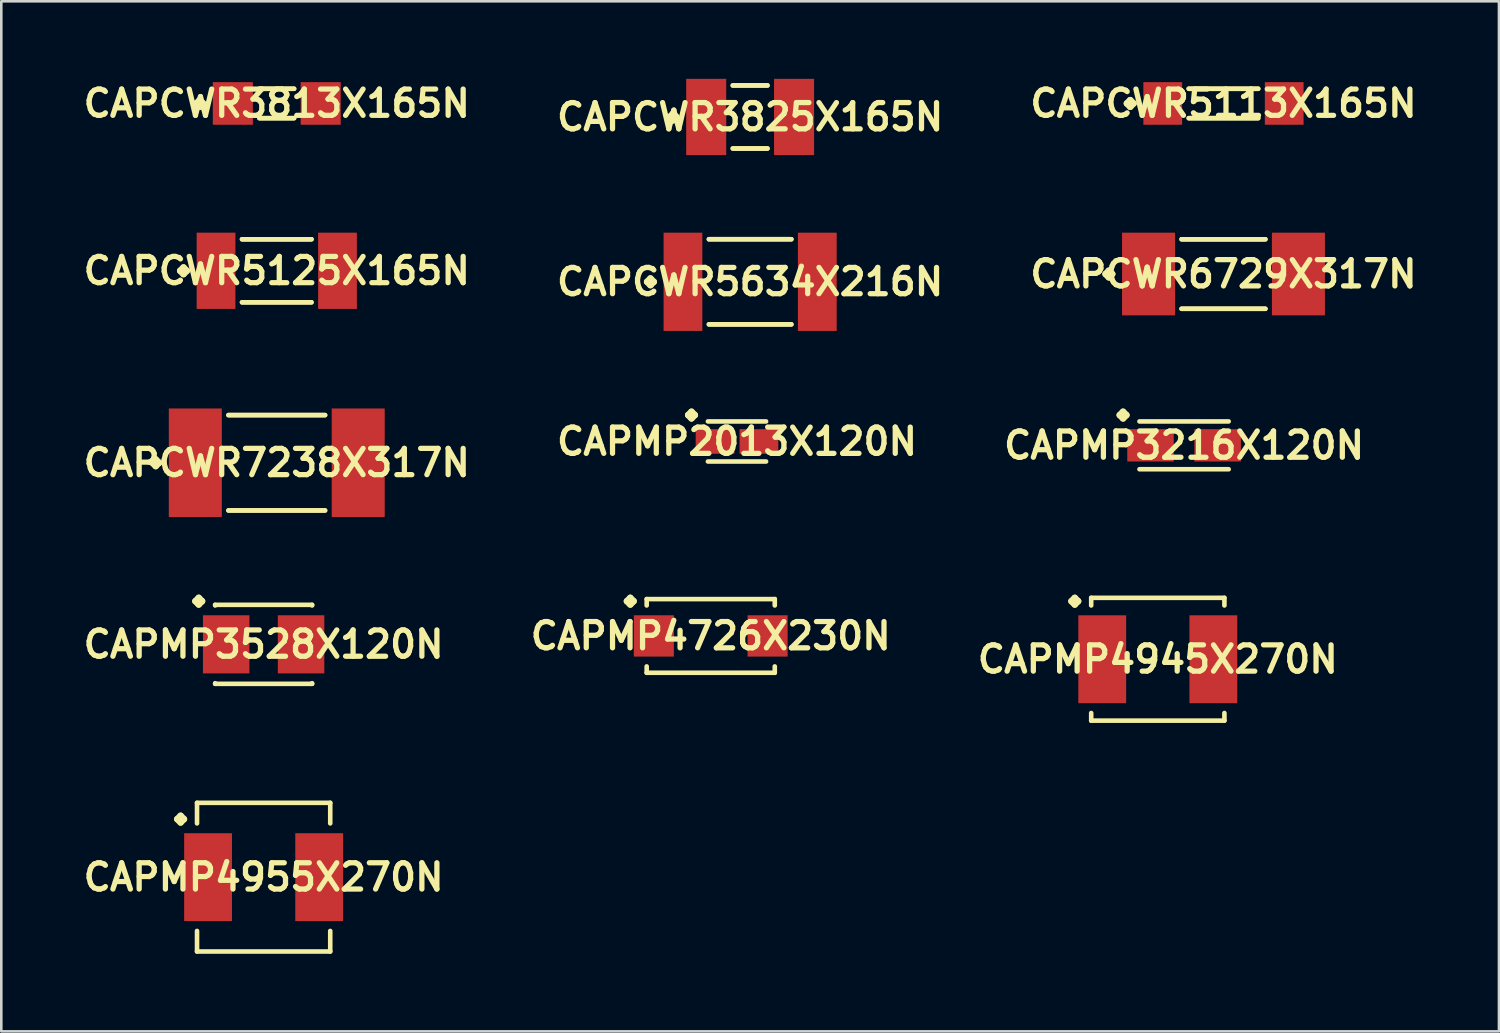
<source format=kicad_pcb>
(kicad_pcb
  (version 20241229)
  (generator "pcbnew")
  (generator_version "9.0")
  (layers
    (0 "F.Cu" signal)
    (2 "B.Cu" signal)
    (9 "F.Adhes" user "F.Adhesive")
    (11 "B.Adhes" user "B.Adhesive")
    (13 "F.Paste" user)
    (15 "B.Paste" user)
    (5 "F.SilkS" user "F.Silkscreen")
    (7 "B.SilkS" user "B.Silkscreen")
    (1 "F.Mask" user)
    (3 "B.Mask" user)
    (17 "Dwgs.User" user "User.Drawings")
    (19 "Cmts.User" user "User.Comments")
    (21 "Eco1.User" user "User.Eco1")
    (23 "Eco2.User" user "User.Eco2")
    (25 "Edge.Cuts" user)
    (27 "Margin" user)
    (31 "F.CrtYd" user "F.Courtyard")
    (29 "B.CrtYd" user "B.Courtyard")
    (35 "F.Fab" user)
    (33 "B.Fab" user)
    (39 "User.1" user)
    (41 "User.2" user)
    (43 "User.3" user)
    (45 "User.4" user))
  (footprint "CAPMP4955X270N"
    (layer "F.Cu")
    (at 7.146 30.875)
    (property "Reference" "CAPMP4955X270N" (at 0 0 0) (layer "F.SilkS") (effects (font (size 1.016 1.016) (thickness 0.203))))
    (attr smd)
    (fp_line (start -3.338 -2.245) (end -3.211 -2.372) (stroke (width 0.254) (type solid)) (layer "F.SilkS"))
    (fp_line (start -3.211 -2.372) (end -3.084 -2.245) (stroke (width 0.254) (type solid)) (layer "F.SilkS"))
    (fp_line (start -3.211 -2.118) (end -3.338 -2.245) (stroke (width 0.254) (type solid)) (layer "F.SilkS"))
    (fp_line (start -3.084 -2.245) (end -3.211 -2.118) (stroke (width 0.254) (type solid)) (layer "F.SilkS"))
    (fp_line (start -2.576 -2.875) (end 2.576 -2.875) (stroke (width 0.178) (type solid)) (layer "F.SilkS"))
    (fp_line (start -2.576 -2.08) (end -2.576 -2.875) (stroke (width 0.178) (type solid)) (layer "F.SilkS"))
    (fp_line (start -2.576 2.08) (end -2.576 2.875) (stroke (width 0.178) (type solid)) (layer "F.SilkS"))
    (fp_line (start -2.576 2.875) (end 2.576 2.875) (stroke (width 0.178) (type solid)) (layer "F.SilkS"))
    (fp_line (start 2.576 -2.875) (end 2.576 -2.08) (stroke (width 0.178) (type solid)) (layer "F.SilkS"))
    (fp_line (start 2.576 2.875) (end 2.576 2.08) (stroke (width 0.178) (type solid)) (layer "F.SilkS"))
    (pad "1" smd rect (at -2.149 0) (size 1.849 3.399) (layers "F.Cu" "F.Mask" "F.Paste"))
    (pad "2" smd rect (at 2.149 0) (size 1.849 3.399) (layers "F.Cu" "F.Mask" "F.Paste")))
  (footprint "CAPMP2013X120N"
    (layer "F.Cu")
    (at 25.454 14.024)
    (property "Reference" "CAPMP2013X120N" (at 0 0 0) (layer "F.SilkS") (effects (font (size 1.016 1.016) (thickness 0.203))))
    (attr smd)
    (fp_line (start -1.887 -1.021) (end -1.76 -1.148) (stroke (width 0.254) (type solid)) (layer "F.SilkS"))
    (fp_line (start -1.76 -1.148) (end -1.633 -1.021) (stroke (width 0.254) (type solid)) (layer "F.SilkS"))
    (fp_line (start -1.76 -0.894) (end -1.887 -1.021) (stroke (width 0.254) (type solid)) (layer "F.SilkS"))
    (fp_line (start -1.633 -1.021) (end -1.76 -0.894) (stroke (width 0.254) (type solid)) (layer "F.SilkS"))
    (fp_line (start -1.125 -0.775) (end 1.125 -0.775) (stroke (width 0.178) (type solid)) (layer "F.SilkS"))
    (fp_line (start -1.125 0.775) (end 1.125 0.775) (stroke (width 0.178) (type solid)) (layer "F.SilkS"))
    (pad "1" smd rect (at -0.848 0) (size 1.499 0.95) (layers "F.Cu" "F.Mask" "F.Paste"))
    (pad "2" smd rect (at 0.848 0) (size 1.499 0.95) (layers "F.Cu" "F.Mask" "F.Paste")))
  (footprint "CAPCWR5634X216N"
    (layer "F.Cu")
    (at 25.962 7.849)
    (property "Reference" "CAPCWR5634X216N" (at 0 0 0) (layer "F.SilkS") (effects (font (size 1.016 1.016) (thickness 0.203))))
    (attr smd)
    (fp_line (start -3.983 0) (end -3.856 -0.127) (stroke (width 0.254) (type solid)) (layer "F.SilkS"))
    (fp_line (start -3.856 -0.127) (end -3.729 0) (stroke (width 0.254) (type solid)) (layer "F.SilkS"))
    (fp_line (start -3.856 0.127) (end -3.983 0) (stroke (width 0.254) (type solid)) (layer "F.SilkS"))
    (fp_line (start -3.729 0) (end -3.856 0.127) (stroke (width 0.254) (type solid)) (layer "F.SilkS"))
    (fp_line (start -1.595 -1.646) (end 1.595 -1.646) (stroke (width 0.178) (type solid)) (layer "F.SilkS"))
    (fp_line (start -1.595 1.646) (end 1.595 1.646) (stroke (width 0.178) (type solid)) (layer "F.SilkS"))
    (fp_line (start 1.595 -1.646) (end -1.595 -1.646) (stroke (width 0.178) (type solid)) (layer "F.SilkS"))
    (fp_line (start 1.595 1.646) (end -1.595 1.646) (stroke (width 0.178) (type solid)) (layer "F.SilkS"))
    (pad "1" smd rect (at -2.598 0) (size 1.499 3.8) (layers "F.Cu" "F.Mask" "F.Paste"))
    (pad "2" smd rect (at 2.598 0) (size 1.499 3.8) (layers "F.Cu" "F.Mask" "F.Paste")))
  (footprint "CAPMP3216X120N"
    (layer "F.Cu")
    (at 42.745 14.174)
    (property "Reference" "CAPMP3216X120N" (at 0 0 0) (layer "F.SilkS") (effects (font (size 1.016 1.016) (thickness 0.203))))
    (attr smd)
    (fp_line (start -2.487 -1.171) (end -2.36 -1.298) (stroke (width 0.254) (type solid)) (layer "F.SilkS"))
    (fp_line (start -2.36 -1.298) (end -2.233 -1.171) (stroke (width 0.254) (type solid)) (layer "F.SilkS"))
    (fp_line (start -2.36 -1.044) (end -2.487 -1.171) (stroke (width 0.254) (type solid)) (layer "F.SilkS"))
    (fp_line (start -2.233 -1.171) (end -2.36 -1.044) (stroke (width 0.254) (type solid)) (layer "F.SilkS"))
    (fp_line (start -1.725 -0.925) (end 1.725 -0.925) (stroke (width 0.178) (type solid)) (layer "F.SilkS"))
    (fp_line (start -1.725 0.925) (end 1.725 0.925) (stroke (width 0.178) (type solid)) (layer "F.SilkS"))
    (pad "1" smd rect (at -1.298 0) (size 1.798 1.25) (layers "F.Cu" "F.Mask" "F.Paste"))
    (pad "2" smd rect (at 1.298 0) (size 1.798 1.25) (layers "F.Cu" "F.Mask" "F.Paste")))
  (footprint "CAPMP4945X270N"
    (layer "F.Cu")
    (at 41.729 22.447)
    (property "Reference" "CAPMP4945X270N" (at 0 0 0) (layer "F.SilkS") (effects (font (size 1.016 1.016) (thickness 0.203))))
    (attr smd)
    (fp_line (start -3.338 -2.245) (end -3.211 -2.372) (stroke (width 0.254) (type solid)) (layer "F.SilkS"))
    (fp_line (start -3.211 -2.372) (end -3.084 -2.245) (stroke (width 0.254) (type solid)) (layer "F.SilkS"))
    (fp_line (start -3.211 -2.118) (end -3.338 -2.245) (stroke (width 0.254) (type solid)) (layer "F.SilkS"))
    (fp_line (start -3.084 -2.245) (end -3.211 -2.118) (stroke (width 0.254) (type solid)) (layer "F.SilkS"))
    (fp_line (start -2.576 -2.375) (end 2.576 -2.375) (stroke (width 0.178) (type solid)) (layer "F.SilkS"))
    (fp_line (start -2.576 -2.08) (end -2.576 -2.375) (stroke (width 0.178) (type solid)) (layer "F.SilkS"))
    (fp_line (start -2.576 2.08) (end -2.576 2.375) (stroke (width 0.178) (type solid)) (layer "F.SilkS"))
    (fp_line (start -2.576 2.375) (end 2.576 2.375) (stroke (width 0.178) (type solid)) (layer "F.SilkS"))
    (fp_line (start 2.576 -2.375) (end 2.576 -2.08) (stroke (width 0.178) (type solid)) (layer "F.SilkS"))
    (fp_line (start 2.576 2.375) (end 2.576 2.08) (stroke (width 0.178) (type solid)) (layer "F.SilkS"))
    (pad "1" smd rect (at -2.149 0) (size 1.849 3.399) (layers "F.Cu" "F.Mask" "F.Paste"))
    (pad "2" smd rect (at 2.149 0) (size 1.849 3.399) (layers "F.Cu" "F.Mask" "F.Paste")))
  (footprint "CAPCWR5125X165N"
    (layer "F.Cu")
    (at 7.654 7.423)
    (property "Reference" "CAPCWR5125X165N" (at 0 0 0) (layer "F.SilkS") (effects (font (size 1.016 1.016) (thickness 0.203))))
    (attr smd)
    (fp_line (start -3.734 0) (end -3.607 -0.127) (stroke (width 0.254) (type solid)) (layer "F.SilkS"))
    (fp_line (start -3.607 -0.127) (end -3.48 0) (stroke (width 0.254) (type solid)) (layer "F.SilkS"))
    (fp_line (start -3.607 0.127) (end -3.734 0) (stroke (width 0.254) (type solid)) (layer "F.SilkS"))
    (fp_line (start -3.48 0) (end -3.607 0.127) (stroke (width 0.254) (type solid)) (layer "F.SilkS"))
    (fp_line (start -1.344 -1.219) (end 1.344 -1.219) (stroke (width 0.178) (type solid)) (layer "F.SilkS"))
    (fp_line (start -1.344 1.219) (end 1.344 1.219) (stroke (width 0.178) (type solid)) (layer "F.SilkS"))
    (fp_line (start 1.344 -1.219) (end -1.344 -1.219) (stroke (width 0.178) (type solid)) (layer "F.SilkS"))
    (fp_line (start 1.344 1.219) (end -1.344 1.219) (stroke (width 0.178) (type solid)) (layer "F.SilkS"))
    (pad "1" smd rect (at -2.349 0) (size 1.499 2.949) (layers "F.Cu" "F.Mask" "F.Paste"))
    (pad "2" smd rect (at 2.349 0) (size 1.499 2.949) (layers "F.Cu" "F.Mask" "F.Paste")))
  (footprint "CAPCWR3813X165N"
    (layer "F.Cu")
    (at 7.654 0.951)
    (property "Reference" "CAPCWR3813X165N" (at 0 0 0) (layer "F.SilkS") (effects (font (size 1.016 1.016) (thickness 0.203))))
    (attr smd)
    (fp_line (start -3.109 0) (end -2.982 -0.127) (stroke (width 0.254) (type solid)) (layer "F.SilkS"))
    (fp_line (start -2.982 -0.127) (end -2.855 0) (stroke (width 0.254) (type solid)) (layer "F.SilkS"))
    (fp_line (start -2.982 0.127) (end -3.109 0) (stroke (width 0.254) (type solid)) (layer "F.SilkS"))
    (fp_line (start -2.855 0) (end -2.982 0.127) (stroke (width 0.254) (type solid)) (layer "F.SilkS"))
    (fp_line (start -0.671 -0.569) (end 0.671 -0.569) (stroke (width 0.178) (type solid)) (layer "F.SilkS"))
    (fp_line (start -0.671 0.569) (end 0.671 0.569) (stroke (width 0.178) (type solid)) (layer "F.SilkS"))
    (fp_line (start 0.671 -0.569) (end -0.671 -0.569) (stroke (width 0.178) (type solid)) (layer "F.SilkS"))
    (fp_line (start 0.671 0.569) (end -0.671 0.569) (stroke (width 0.178) (type solid)) (layer "F.SilkS"))
    (pad "1" smd rect (at -1.699 0) (size 1.549 1.648) (layers "F.Cu" "F.Mask" "F.Paste"))
    (pad "2" smd rect (at 1.699 0) (size 1.549 1.648) (layers "F.Cu" "F.Mask" "F.Paste")))
  (footprint "CAPCWR3825X165N"
    (layer "F.Cu")
    (at 25.962 1.474)
    (property "Reference" "CAPCWR3825X165N" (at 0 0 0) (layer "F.SilkS") (effects (font (size 1.016 1.016) (thickness 0.203))))
    (attr smd)
    (fp_line (start -3.109 0) (end -2.982 -0.127) (stroke (width 0.254) (type solid)) (layer "F.SilkS"))
    (fp_line (start -2.982 -0.127) (end -2.855 0) (stroke (width 0.254) (type solid)) (layer "F.SilkS"))
    (fp_line (start -2.982 0.127) (end -3.109 0) (stroke (width 0.254) (type solid)) (layer "F.SilkS"))
    (fp_line (start -2.855 0) (end -2.982 0.127) (stroke (width 0.254) (type solid)) (layer "F.SilkS"))
    (fp_line (start -0.671 -1.219) (end 0.671 -1.219) (stroke (width 0.178) (type solid)) (layer "F.SilkS"))
    (fp_line (start -0.671 1.219) (end 0.671 1.219) (stroke (width 0.178) (type solid)) (layer "F.SilkS"))
    (fp_line (start 0.671 -1.219) (end -0.671 -1.219) (stroke (width 0.178) (type solid)) (layer "F.SilkS"))
    (fp_line (start 0.671 1.219) (end -0.671 1.219) (stroke (width 0.178) (type solid)) (layer "F.SilkS"))
    (pad "1" smd rect (at -1.699 0) (size 1.549 2.949) (layers "F.Cu" "F.Mask" "F.Paste"))
    (pad "2" smd rect (at 1.699 0) (size 1.549 2.949) (layers "F.Cu" "F.Mask" "F.Paste")))
  (footprint "CAPMP4726X230N"
    (layer "F.Cu")
    (at 24.438 21.545)
    (property "Reference" "CAPMP4726X230N" (at 0 0 0) (layer "F.SilkS") (effects (font (size 1.016 1.016) (thickness 0.203))))
    (attr smd)
    (fp_line (start -3.239 -1.344) (end -3.111 -1.471) (stroke (width 0.254) (type solid)) (layer "F.SilkS"))
    (fp_line (start -3.111 -1.471) (end -2.985 -1.344) (stroke (width 0.254) (type solid)) (layer "F.SilkS"))
    (fp_line (start -3.111 -1.217) (end -3.239 -1.344) (stroke (width 0.254) (type solid)) (layer "F.SilkS"))
    (fp_line (start -2.985 -1.344) (end -3.111 -1.217) (stroke (width 0.254) (type solid)) (layer "F.SilkS"))
    (fp_line (start -2.477 -1.425) (end 2.477 -1.425) (stroke (width 0.178) (type solid)) (layer "F.SilkS"))
    (fp_line (start -2.477 -1.179) (end -2.477 -1.425) (stroke (width 0.178) (type solid)) (layer "F.SilkS"))
    (fp_line (start -2.477 1.179) (end -2.477 1.425) (stroke (width 0.178) (type solid)) (layer "F.SilkS"))
    (fp_line (start -2.477 1.425) (end 2.477 1.425) (stroke (width 0.178) (type solid)) (layer "F.SilkS"))
    (fp_line (start 2.477 -1.425) (end 2.477 -1.179) (stroke (width 0.178) (type solid)) (layer "F.SilkS"))
    (fp_line (start 2.477 1.425) (end 2.477 1.179) (stroke (width 0.178) (type solid)) (layer "F.SilkS"))
    (pad "1" smd rect (at -2.2 0) (size 1.549 1.598) (layers "F.Cu" "F.Mask" "F.Paste"))
    (pad "2" smd rect (at 2.2 0) (size 1.549 1.598) (layers "F.Cu" "F.Mask" "F.Paste")))
  (footprint "CAPMP3528X120N"
    (layer "F.Cu")
    (at 7.146 21.87)
    (property "Reference" "CAPMP3528X120N" (at 0 0 0) (layer "F.SilkS") (effects (font (size 1.016 1.016) (thickness 0.203))))
    (attr smd)
    (fp_line (start -2.637 -1.669) (end -2.51 -1.796) (stroke (width 0.254) (type solid)) (layer "F.SilkS"))
    (fp_line (start -2.51 -1.796) (end -2.383 -1.669) (stroke (width 0.254) (type solid)) (layer "F.SilkS"))
    (fp_line (start -2.51 -1.542) (end -2.637 -1.669) (stroke (width 0.254) (type solid)) (layer "F.SilkS"))
    (fp_line (start -2.383 -1.669) (end -2.51 -1.542) (stroke (width 0.254) (type solid)) (layer "F.SilkS"))
    (fp_line (start -1.875 -1.527) (end 1.875 -1.527) (stroke (width 0.178) (type solid)) (layer "F.SilkS"))
    (fp_line (start -1.875 -1.504) (end -1.875 -1.527) (stroke (width 0.178) (type solid)) (layer "F.SilkS"))
    (fp_line (start -1.875 1.504) (end -1.875 1.527) (stroke (width 0.178) (type solid)) (layer "F.SilkS"))
    (fp_line (start -1.875 1.527) (end 1.875 1.527) (stroke (width 0.178) (type solid)) (layer "F.SilkS"))
    (fp_line (start 1.875 -1.527) (end 1.875 -1.504) (stroke (width 0.178) (type solid)) (layer "F.SilkS"))
    (fp_line (start 1.875 1.527) (end 1.875 1.504) (stroke (width 0.178) (type solid)) (layer "F.SilkS"))
    (pad "1" smd rect (at -1.448 0) (size 1.798 2.248) (layers "F.Cu" "F.Mask" "F.Paste"))
    (pad "2" smd rect (at 1.448 0) (size 1.798 2.248) (layers "F.Cu" "F.Mask" "F.Paste")))
  (footprint "CAPCWR5113X165N"
    (layer "F.Cu")
    (at 44.269 0.951)
    (property "Reference" "CAPCWR5113X165N" (at 0 0 0) (layer "F.SilkS") (effects (font (size 1.016 1.016) (thickness 0.203))))
    (attr smd)
    (fp_line (start -3.734 0) (end -3.607 -0.127) (stroke (width 0.254) (type solid)) (layer "F.SilkS"))
    (fp_line (start -3.607 -0.127) (end -3.48 0) (stroke (width 0.254) (type solid)) (layer "F.SilkS"))
    (fp_line (start -3.607 0.127) (end -3.734 0) (stroke (width 0.254) (type solid)) (layer "F.SilkS"))
    (fp_line (start -3.48 0) (end -3.607 0.127) (stroke (width 0.254) (type solid)) (layer "F.SilkS"))
    (fp_line (start -1.344 -0.569) (end 1.344 -0.569) (stroke (width 0.178) (type solid)) (layer "F.SilkS"))
    (fp_line (start -1.344 0.569) (end 1.344 0.569) (stroke (width 0.178) (type solid)) (layer "F.SilkS"))
    (fp_line (start 1.344 -0.569) (end -1.344 -0.569) (stroke (width 0.178) (type solid)) (layer "F.SilkS"))
    (fp_line (start 1.344 0.569) (end -1.344 0.569) (stroke (width 0.178) (type solid)) (layer "F.SilkS"))
    (pad "1" smd rect (at -2.349 0) (size 1.499 1.648) (layers "F.Cu" "F.Mask" "F.Paste"))
    (pad "2" smd rect (at 2.349 0) (size 1.499 1.648) (layers "F.Cu" "F.Mask" "F.Paste")))
  (footprint "CAPCWR6729X317N"
    (layer "F.Cu")
    (at 44.269 7.548)
    (property "Reference" "CAPCWR6729X317N" (at 0 0 0) (layer "F.SilkS") (effects (font (size 1.016 1.016) (thickness 0.203))))
    (attr smd)
    (fp_line (start -4.559 0) (end -4.432 -0.127) (stroke (width 0.254) (type solid)) (layer "F.SilkS"))
    (fp_line (start -4.432 -0.127) (end -4.305 0) (stroke (width 0.254) (type solid)) (layer "F.SilkS"))
    (fp_line (start -4.432 0.127) (end -4.559 0) (stroke (width 0.254) (type solid)) (layer "F.SilkS"))
    (fp_line (start -4.305 0) (end -4.432 0.127) (stroke (width 0.254) (type solid)) (layer "F.SilkS"))
    (fp_line (start -1.621 -1.344) (end 1.621 -1.344) (stroke (width 0.178) (type solid)) (layer "F.SilkS"))
    (fp_line (start -1.621 1.344) (end 1.621 1.344) (stroke (width 0.178) (type solid)) (layer "F.SilkS"))
    (fp_line (start 1.621 -1.344) (end -1.621 -1.344) (stroke (width 0.178) (type solid)) (layer "F.SilkS"))
    (fp_line (start 1.621 1.344) (end -1.621 1.344) (stroke (width 0.178) (type solid)) (layer "F.SilkS"))
    (pad "1" smd rect (at -2.898 0) (size 2.05 3.198) (layers "F.Cu" "F.Mask" "F.Paste"))
    (pad "2" smd rect (at 2.898 0) (size 2.05 3.198) (layers "F.Cu" "F.Mask" "F.Paste")))
  (footprint "CAPCWR7238X317N"
    (layer "F.Cu")
    (at 7.654 14.848)
    (property "Reference" "CAPCWR7238X317N" (at 0 0 0) (layer "F.SilkS") (effects (font (size 1.016 1.016) (thickness 0.203))))
    (attr smd)
    (fp_line (start -4.808 0) (end -4.681 -0.127) (stroke (width 0.254) (type solid)) (layer "F.SilkS"))
    (fp_line (start -4.681 -0.127) (end -4.554 0) (stroke (width 0.254) (type solid)) (layer "F.SilkS"))
    (fp_line (start -4.681 0.127) (end -4.808 0) (stroke (width 0.254) (type solid)) (layer "F.SilkS"))
    (fp_line (start -4.554 0) (end -4.681 0.127) (stroke (width 0.254) (type solid)) (layer "F.SilkS"))
    (fp_line (start -1.869 -1.844) (end 1.869 -1.844) (stroke (width 0.178) (type solid)) (layer "F.SilkS"))
    (fp_line (start -1.869 1.844) (end 1.869 1.844) (stroke (width 0.178) (type solid)) (layer "F.SilkS"))
    (fp_line (start 1.869 -1.844) (end -1.869 -1.844) (stroke (width 0.178) (type solid)) (layer "F.SilkS"))
    (fp_line (start 1.869 1.844) (end -1.869 1.844) (stroke (width 0.178) (type solid)) (layer "F.SilkS"))
    (pad "1" smd rect (at -3.15 0) (size 2.05 4.199) (layers "F.Cu" "F.Mask" "F.Paste"))
    (pad "2" smd rect (at 3.15 0) (size 2.05 4.199) (layers "F.Cu" "F.Mask" "F.Paste")))
  (gr_rect
    (start -3 -3)
    (end 54.923 36.839)
    (stroke (width 0.1) (type default))
    (fill no)
    (layer "Edge.Cuts")))
</source>
